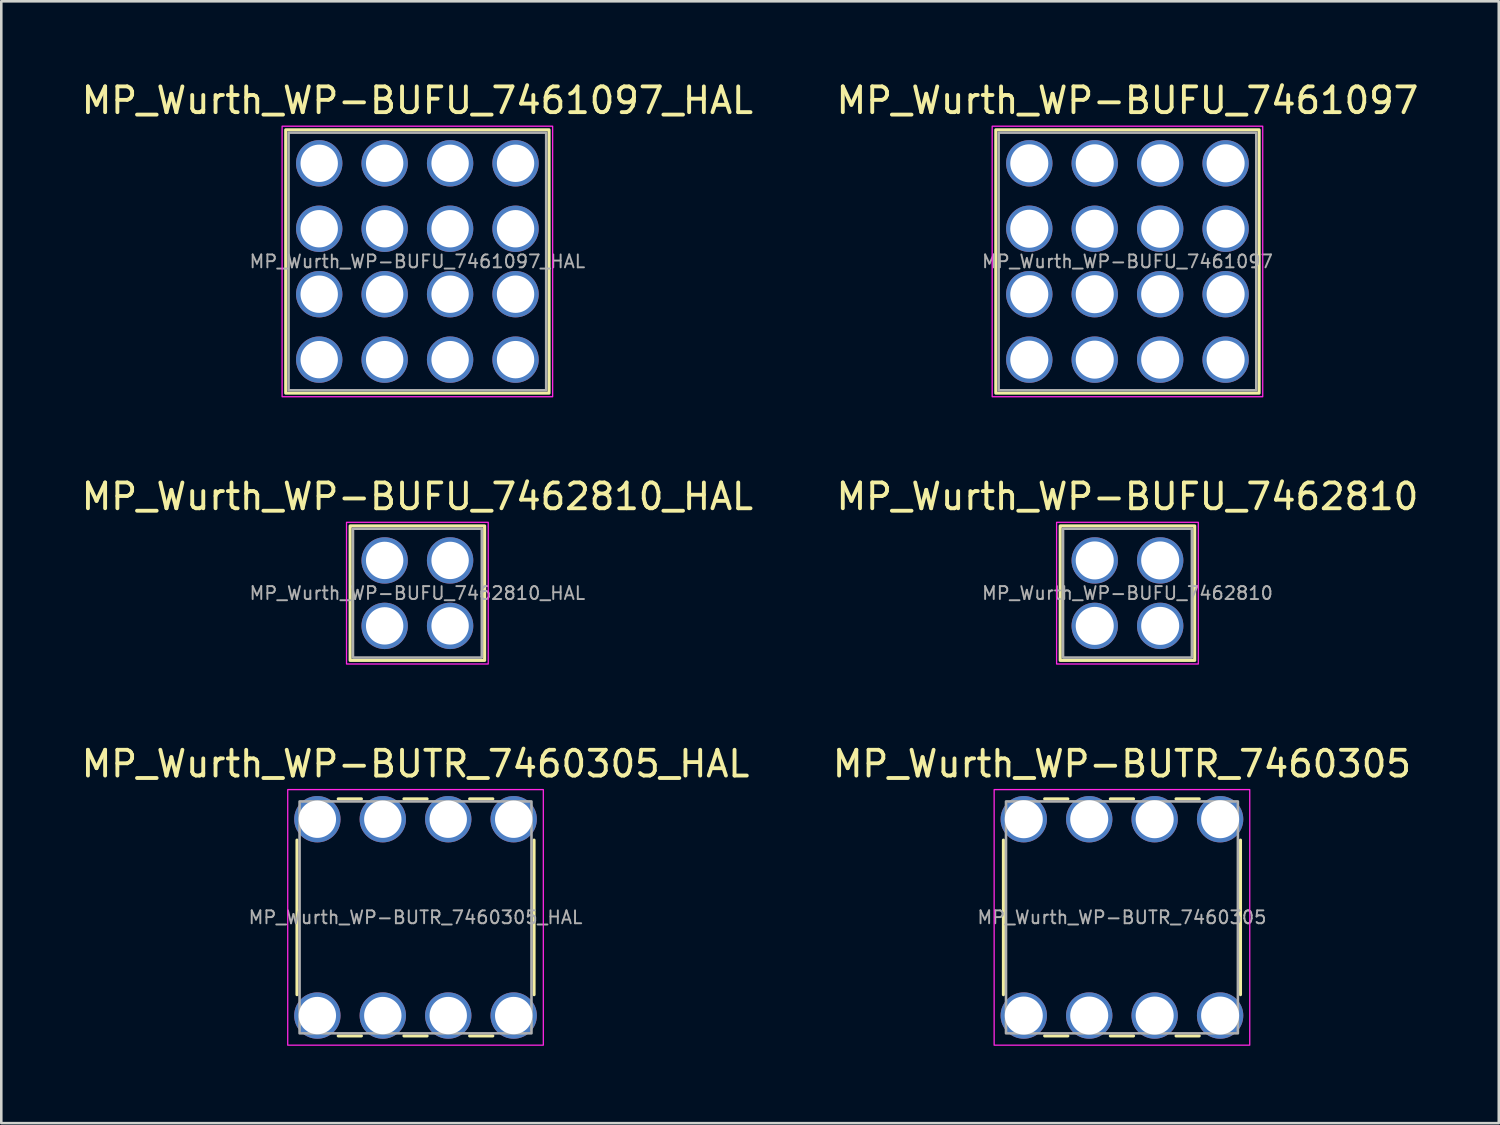
<source format=kicad_pcb>
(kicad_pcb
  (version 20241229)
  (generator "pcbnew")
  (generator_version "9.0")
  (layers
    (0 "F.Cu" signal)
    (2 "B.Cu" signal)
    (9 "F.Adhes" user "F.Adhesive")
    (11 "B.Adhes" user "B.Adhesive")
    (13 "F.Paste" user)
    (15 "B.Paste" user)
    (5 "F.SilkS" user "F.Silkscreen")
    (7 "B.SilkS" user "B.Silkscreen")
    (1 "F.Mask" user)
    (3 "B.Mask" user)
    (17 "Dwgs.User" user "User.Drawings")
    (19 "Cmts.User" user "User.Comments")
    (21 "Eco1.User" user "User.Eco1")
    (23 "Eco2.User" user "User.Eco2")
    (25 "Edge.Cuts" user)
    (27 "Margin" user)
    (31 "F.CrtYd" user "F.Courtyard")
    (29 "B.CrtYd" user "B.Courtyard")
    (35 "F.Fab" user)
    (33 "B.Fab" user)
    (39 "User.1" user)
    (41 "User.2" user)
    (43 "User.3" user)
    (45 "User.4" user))
  (footprint "MP_Wurth_WP-BUFU_7461097"
    (layer "F.Cu")
    (at 40.708 7.098)
    (property "Reference" "MP_Wurth_WP-BUFU_7461097" (at 0 -6.25 0) (unlocked yes) (layer "F.SilkS") (effects (font (size 1 1) (thickness 0.15))))
    (attr through_hole)
    (fp_rect (start -5.11 -5.11) (end 5.11 5.11) (stroke (width 0.12) (type solid)) (fill no) (layer "F.SilkS"))
    (fp_rect (start -5.25 -5.25) (end 5.25 5.25) (stroke (width 0.05) (type solid)) (fill no) (layer "F.CrtYd"))
    (fp_rect (start -5 -5) (end 5 5) (stroke (width 0.1) (type solid)) (fill no) (layer "F.Fab"))
    (fp_text user "${REFERENCE}" (at 0 0 0) (unlocked yes) (layer "F.Fab") (effects (font (size 0.5 0.5) (thickness 0.075))))
    (pad "1" thru_hole circle (at -3.81 -3.81) (size 1.8 1.8) (drill 1.475) (layers "*.Cu" "*.Mask"))
    (pad "1" thru_hole circle (at -3.81 -1.27) (size 1.8 1.8) (drill 1.475) (layers "*.Cu" "*.Mask"))
    (pad "1" thru_hole circle (at -3.81 1.27) (size 1.8 1.8) (drill 1.475) (layers "*.Cu" "*.Mask"))
    (pad "1" thru_hole circle (at -3.81 3.81) (size 1.8 1.8) (drill 1.475) (layers "*.Cu" "*.Mask"))
    (pad "1" thru_hole circle (at -1.27 -3.81) (size 1.8 1.8) (drill 1.475) (layers "*.Cu" "*.Mask"))
    (pad "1" thru_hole circle (at -1.27 -1.27) (size 1.8 1.8) (drill 1.475) (layers "*.Cu" "*.Mask"))
    (pad "1" thru_hole circle (at -1.27 1.27) (size 1.8 1.8) (drill 1.475) (layers "*.Cu" "*.Mask"))
    (pad "1" thru_hole circle (at -1.27 3.81) (size 1.8 1.8) (drill 1.475) (layers "*.Cu" "*.Mask"))
    (pad "1" thru_hole circle (at 1.27 -3.81) (size 1.8 1.8) (drill 1.475) (layers "*.Cu" "*.Mask"))
    (pad "1" thru_hole circle (at 1.27 -1.27) (size 1.8 1.8) (drill 1.475) (layers "*.Cu" "*.Mask"))
    (pad "1" thru_hole circle (at 1.27 1.27) (size 1.8 1.8) (drill 1.475) (layers "*.Cu" "*.Mask"))
    (pad "1" thru_hole circle (at 1.27 3.81) (size 1.8 1.8) (drill 1.475) (layers "*.Cu" "*.Mask"))
    (pad "1" thru_hole circle (at 3.81 -3.81) (size 1.8 1.8) (drill 1.475) (layers "*.Cu" "*.Mask"))
    (pad "1" thru_hole circle (at 3.81 -1.27) (size 1.8 1.8) (drill 1.475) (layers "*.Cu" "*.Mask"))
    (pad "1" thru_hole circle (at 3.81 1.27) (size 1.8 1.8) (drill 1.475) (layers "*.Cu" "*.Mask"))
    (pad "1" thru_hole circle (at 3.81 3.81) (size 1.8 1.8) (drill 1.475) (layers "*.Cu" "*.Mask")))
  (footprint "MP_Wurth_WP-BUFU_7461097_HAL"
    (layer "F.Cu")
    (at 13.149 7.098)
    (property "Reference" "MP_Wurth_WP-BUFU_7461097_HAL" (at 0 -6.25 0) (unlocked yes) (layer "F.SilkS") (effects (font (size 1 1) (thickness 0.15))))
    (attr through_hole)
    (fp_rect (start -5.11 -5.11) (end 5.11 5.11) (stroke (width 0.12) (type solid)) (fill no) (layer "F.SilkS"))
    (fp_rect (start -5.25 -5.25) (end 5.25 5.25) (stroke (width 0.05) (type solid)) (fill no) (layer "F.CrtYd"))
    (fp_rect (start -5 -5) (end 5 5) (stroke (width 0.1) (type solid)) (fill no) (layer "F.Fab"))
    (fp_text user "${REFERENCE}" (at 0 0 0) (unlocked yes) (layer "F.Fab") (effects (font (size 0.5 0.5) (thickness 0.075))))
    (pad "1" thru_hole circle (at -3.81 -3.81) (size 1.8 1.8) (drill 1.45) (layers "*.Cu" "*.Mask"))
    (pad "1" thru_hole circle (at -3.81 -1.27) (size 1.8 1.8) (drill 1.45) (layers "*.Cu" "*.Mask"))
    (pad "1" thru_hole circle (at -3.81 1.27) (size 1.8 1.8) (drill 1.45) (layers "*.Cu" "*.Mask"))
    (pad "1" thru_hole circle (at -3.81 3.81) (size 1.8 1.8) (drill 1.45) (layers "*.Cu" "*.Mask"))
    (pad "1" thru_hole circle (at -1.27 -3.81) (size 1.8 1.8) (drill 1.45) (layers "*.Cu" "*.Mask"))
    (pad "1" thru_hole circle (at -1.27 -1.27) (size 1.8 1.8) (drill 1.45) (layers "*.Cu" "*.Mask"))
    (pad "1" thru_hole circle (at -1.27 1.27) (size 1.8 1.8) (drill 1.45) (layers "*.Cu" "*.Mask"))
    (pad "1" thru_hole circle (at -1.27 3.81) (size 1.8 1.8) (drill 1.45) (layers "*.Cu" "*.Mask"))
    (pad "1" thru_hole circle (at 1.27 -3.81) (size 1.8 1.8) (drill 1.45) (layers "*.Cu" "*.Mask"))
    (pad "1" thru_hole circle (at 1.27 -1.27) (size 1.8 1.8) (drill 1.45) (layers "*.Cu" "*.Mask"))
    (pad "1" thru_hole circle (at 1.27 1.27) (size 1.8 1.8) (drill 1.45) (layers "*.Cu" "*.Mask"))
    (pad "1" thru_hole circle (at 1.27 3.81) (size 1.8 1.8) (drill 1.45) (layers "*.Cu" "*.Mask"))
    (pad "1" thru_hole circle (at 3.81 -3.81) (size 1.8 1.8) (drill 1.45) (layers "*.Cu" "*.Mask"))
    (pad "1" thru_hole circle (at 3.81 -1.27) (size 1.8 1.8) (drill 1.45) (layers "*.Cu" "*.Mask"))
    (pad "1" thru_hole circle (at 3.81 1.27) (size 1.8 1.8) (drill 1.45) (layers "*.Cu" "*.Mask"))
    (pad "1" thru_hole circle (at 3.81 3.81) (size 1.8 1.8) (drill 1.45) (layers "*.Cu" "*.Mask")))
  (footprint "MP_Wurth_WP-BUFU_7462810_HAL"
    (layer "F.Cu")
    (at 13.149 19.971)
    (property "Reference" "MP_Wurth_WP-BUFU_7462810_HAL" (at 0 -3.75 0) (unlocked yes) (layer "F.SilkS") (effects (font (size 1 1) (thickness 0.15))))
    (attr through_hole)
    (fp_rect (start -2.61 -2.61) (end 2.61 2.61) (stroke (width 0.12) (type solid)) (fill no) (layer "F.SilkS"))
    (fp_rect (start -2.75 -2.75) (end 2.75 2.75) (stroke (width 0.05) (type solid)) (fill no) (layer "F.CrtYd"))
    (fp_rect (start -2.5 -2.5) (end 2.5 2.5) (stroke (width 0.1) (type solid)) (fill no) (layer "F.Fab"))
    (fp_text user "${REFERENCE}" (at 0 0 0) (unlocked yes) (layer "F.Fab") (effects (font (size 0.5 0.5) (thickness 0.075))))
    (pad "1" thru_hole circle (at -1.27 -1.27) (size 1.8 1.8) (drill 1.45) (layers "*.Cu" "*.Mask"))
    (pad "1" thru_hole circle (at -1.27 1.27) (size 1.8 1.8) (drill 1.45) (layers "*.Cu" "*.Mask"))
    (pad "1" thru_hole circle (at 1.27 -1.27) (size 1.8 1.8) (drill 1.45) (layers "*.Cu" "*.Mask"))
    (pad "1" thru_hole circle (at 1.27 1.27) (size 1.8 1.8) (drill 1.45) (layers "*.Cu" "*.Mask")))
  (footprint "MP_Wurth_WP-BUTR_7460305"
    (layer "F.Cu")
    (at 40.494 32.555)
    (property "Reference" "MP_Wurth_WP-BUTR_7460305" (at 0 -5.96 0) (unlocked yes) (layer "F.SilkS") (effects (font (size 1 1) (thickness 0.15))))
    (attr through_hole)
    (fp_line (start -4.6 3) (end -4.6 -3) (stroke (width 0.12) (type solid)) (layer "F.SilkS"))
    (fp_line (start -3 -4.6) (end -2.1 -4.6) (stroke (width 0.12) (type solid)) (layer "F.SilkS"))
    (fp_line (start -2.1 4.6) (end -3 4.6) (stroke (width 0.12) (type solid)) (layer "F.SilkS"))
    (fp_line (start -0.45 -4.6) (end 0.45 -4.6) (stroke (width 0.12) (type solid)) (layer "F.SilkS"))
    (fp_line (start 0.45 4.6) (end -0.45 4.6) (stroke (width 0.12) (type solid)) (layer "F.SilkS"))
    (fp_line (start 2.1 -4.6) (end 3 -4.6) (stroke (width 0.12) (type solid)) (layer "F.SilkS"))
    (fp_line (start 3 4.6) (end 2.1 4.6) (stroke (width 0.12) (type solid)) (layer "F.SilkS"))
    (fp_line (start 4.6 -3) (end 4.6 3) (stroke (width 0.12) (type solid)) (layer "F.SilkS"))
    (fp_rect (start -4.96 -4.96) (end 4.96 4.96) (stroke (width 0.05) (type solid)) (fill no) (layer "F.CrtYd"))
    (fp_rect (start -4.5 -4.5) (end 4.5 4.5) (stroke (width 0.1) (type solid)) (fill no) (layer "F.Fab"))
    (fp_text user "${REFERENCE}" (at 0 0 0) (unlocked yes) (layer "F.Fab") (effects (font (size 0.5 0.5) (thickness 0.075))))
    (pad "1" thru_hole circle (at -3.81 -3.81) (size 1.8 1.8) (drill 1.475) (layers "*.Cu" "*.Mask"))
    (pad "1" thru_hole circle (at -3.81 3.81) (size 1.8 1.8) (drill 1.475) (layers "*.Cu" "*.Mask"))
    (pad "1" thru_hole circle (at -1.27 -3.81) (size 1.8 1.8) (drill 1.475) (layers "*.Cu" "*.Mask"))
    (pad "1" thru_hole circle (at -1.27 3.81) (size 1.8 1.8) (drill 1.475) (layers "*.Cu" "*.Mask"))
    (pad "1" thru_hole circle (at 1.27 -3.81) (size 1.8 1.8) (drill 1.475) (layers "*.Cu" "*.Mask"))
    (pad "1" thru_hole circle (at 1.27 3.81) (size 1.8 1.8) (drill 1.475) (layers "*.Cu" "*.Mask"))
    (pad "1" thru_hole circle (at 3.81 -3.81) (size 1.8 1.8) (drill 1.475) (layers "*.Cu" "*.Mask"))
    (pad "1" thru_hole circle (at 3.81 3.81) (size 1.8 1.8) (drill 1.475) (layers "*.Cu" "*.Mask")))
  (footprint "MP_Wurth_WP-BUFU_7462810"
    (layer "F.Cu")
    (at 40.708 19.971)
    (property "Reference" "MP_Wurth_WP-BUFU_7462810" (at 0 -3.75 0) (unlocked yes) (layer "F.SilkS") (effects (font (size 1 1) (thickness 0.15))))
    (attr through_hole)
    (fp_rect (start -2.61 -2.61) (end 2.61 2.61) (stroke (width 0.12) (type solid)) (fill no) (layer "F.SilkS"))
    (fp_rect (start -2.75 -2.75) (end 2.75 2.75) (stroke (width 0.05) (type solid)) (fill no) (layer "F.CrtYd"))
    (fp_rect (start -2.5 -2.5) (end 2.5 2.5) (stroke (width 0.1) (type solid)) (fill no) (layer "F.Fab"))
    (fp_text user "${REFERENCE}" (at 0 0 0) (unlocked yes) (layer "F.Fab") (effects (font (size 0.5 0.5) (thickness 0.075))))
    (pad "1" thru_hole circle (at -1.27 -1.27) (size 1.8 1.8) (drill 1.475) (layers "*.Cu" "*.Mask"))
    (pad "1" thru_hole circle (at -1.27 1.27) (size 1.8 1.8) (drill 1.475) (layers "*.Cu" "*.Mask"))
    (pad "1" thru_hole circle (at 1.27 -1.27) (size 1.8 1.8) (drill 1.475) (layers "*.Cu" "*.Mask"))
    (pad "1" thru_hole circle (at 1.27 1.27) (size 1.8 1.8) (drill 1.475) (layers "*.Cu" "*.Mask")))
  (footprint "MP_Wurth_WP-BUTR_7460305_HAL"
    (layer "F.Cu")
    (at 13.077 32.555)
    (property "Reference" "MP_Wurth_WP-BUTR_7460305_HAL" (at 0 -5.96 0) (unlocked yes) (layer "F.SilkS") (effects (font (size 1 1) (thickness 0.15))))
    (attr through_hole)
    (fp_line (start -4.6 3) (end -4.6 -3) (stroke (width 0.12) (type solid)) (layer "F.SilkS"))
    (fp_line (start -3 -4.6) (end -2.1 -4.6) (stroke (width 0.12) (type solid)) (layer "F.SilkS"))
    (fp_line (start -2.1 4.6) (end -3 4.6) (stroke (width 0.12) (type solid)) (layer "F.SilkS"))
    (fp_line (start -0.45 -4.6) (end 0.45 -4.6) (stroke (width 0.12) (type solid)) (layer "F.SilkS"))
    (fp_line (start 0.45 4.6) (end -0.45 4.6) (stroke (width 0.12) (type solid)) (layer "F.SilkS"))
    (fp_line (start 2.1 -4.6) (end 3 -4.6) (stroke (width 0.12) (type solid)) (layer "F.SilkS"))
    (fp_line (start 3 4.6) (end 2.1 4.6) (stroke (width 0.12) (type solid)) (layer "F.SilkS"))
    (fp_line (start 4.6 -3) (end 4.6 3) (stroke (width 0.12) (type solid)) (layer "F.SilkS"))
    (fp_rect (start -4.96 -4.96) (end 4.96 4.96) (stroke (width 0.05) (type solid)) (fill no) (layer "F.CrtYd"))
    (fp_rect (start -4.5 -4.5) (end 4.5 4.5) (stroke (width 0.1) (type solid)) (fill no) (layer "F.Fab"))
    (fp_text user "${REFERENCE}" (at 0 0 0) (unlocked yes) (layer "F.Fab") (effects (font (size 0.5 0.5) (thickness 0.075))))
    (pad "1" thru_hole circle (at -3.81 -3.81) (size 1.8 1.8) (drill 1.45) (layers "*.Cu" "*.Mask"))
    (pad "1" thru_hole circle (at -3.81 3.81) (size 1.8 1.8) (drill 1.45) (layers "*.Cu" "*.Mask"))
    (pad "1" thru_hole circle (at -1.27 -3.81) (size 1.8 1.8) (drill 1.45) (layers "*.Cu" "*.Mask"))
    (pad "1" thru_hole circle (at -1.27 3.81) (size 1.8 1.8) (drill 1.45) (layers "*.Cu" "*.Mask"))
    (pad "1" thru_hole circle (at 1.27 -3.81) (size 1.8 1.8) (drill 1.45) (layers "*.Cu" "*.Mask"))
    (pad "1" thru_hole circle (at 1.27 3.81) (size 1.8 1.8) (drill 1.45) (layers "*.Cu" "*.Mask"))
    (pad "1" thru_hole circle (at 3.81 -3.81) (size 1.8 1.8) (drill 1.45) (layers "*.Cu" "*.Mask"))
    (pad "1" thru_hole circle (at 3.81 3.81) (size 1.8 1.8) (drill 1.45) (layers "*.Cu" "*.Mask")))
  (gr_rect
    (start -3 -3)
    (end 55.119 40.54)
    (stroke (width 0.1) (type default))
    (fill no)
    (layer "Edge.Cuts")))
</source>
